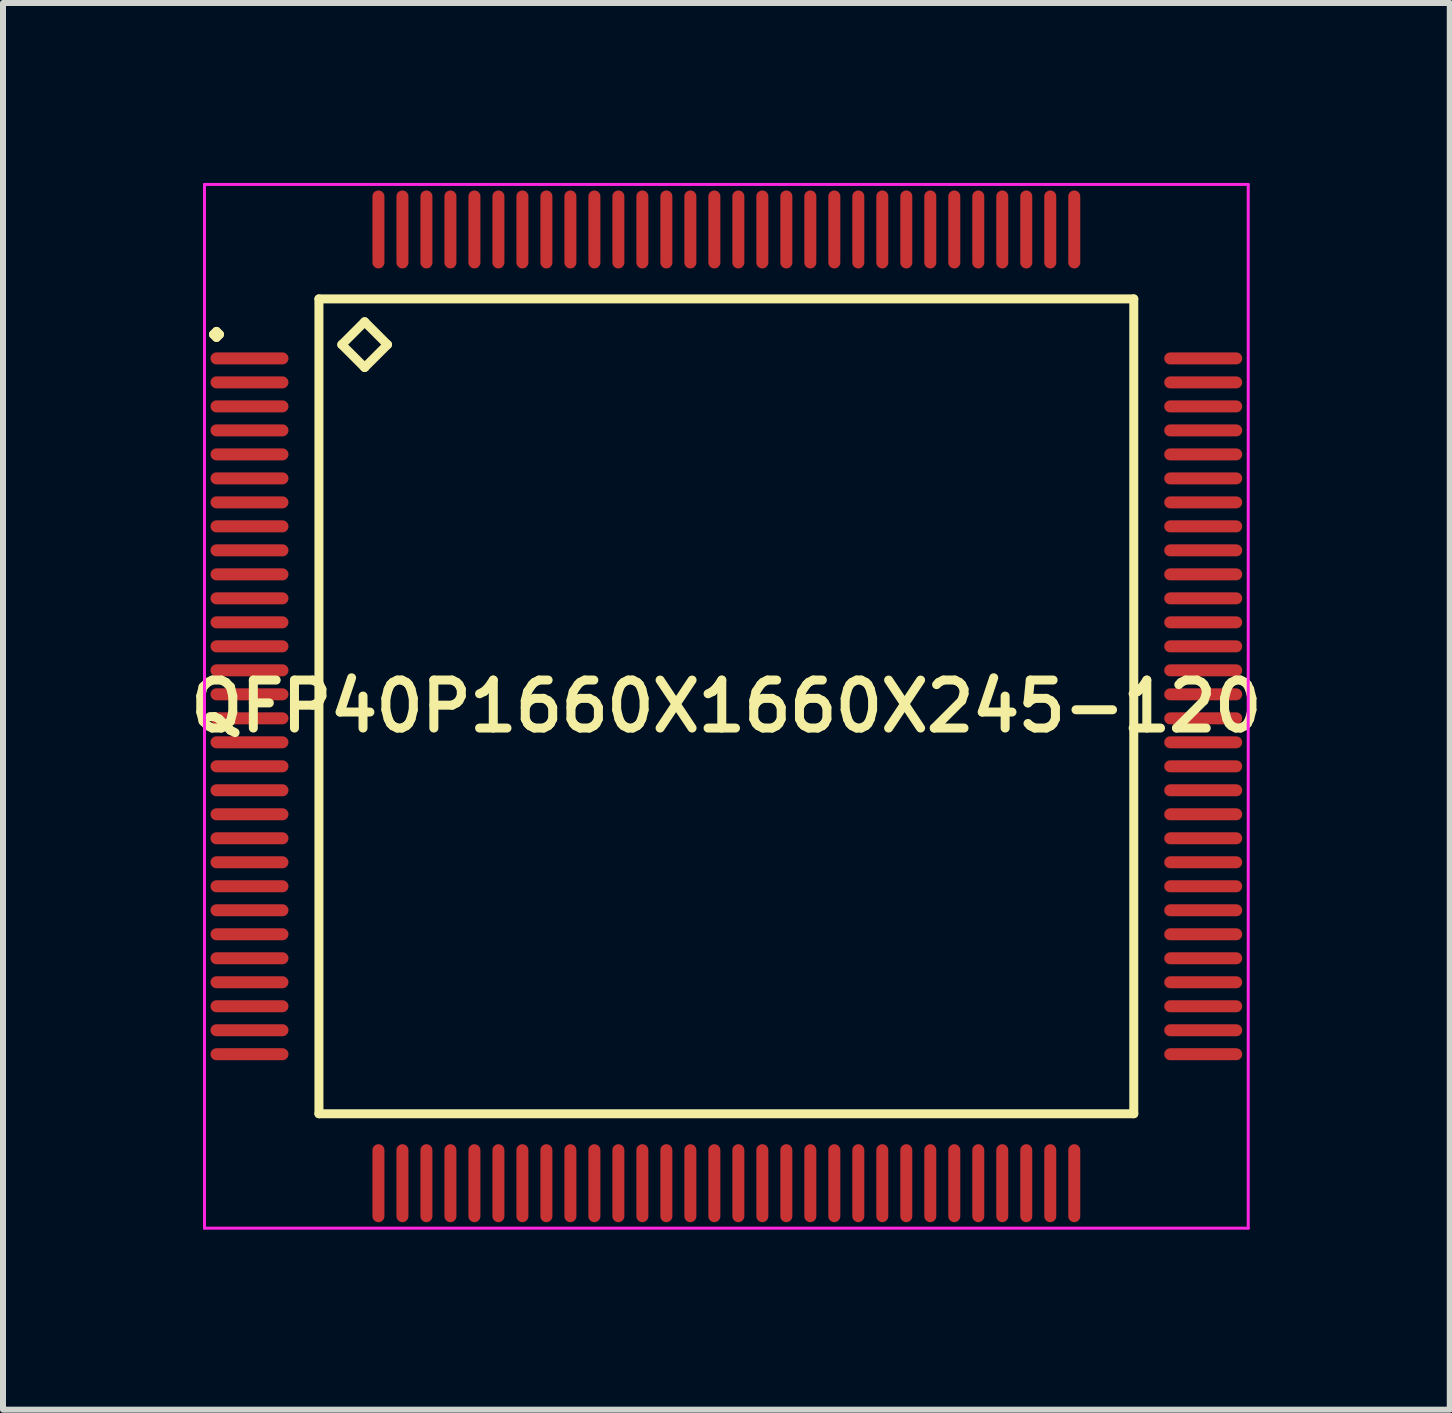
<source format=kicad_pcb>
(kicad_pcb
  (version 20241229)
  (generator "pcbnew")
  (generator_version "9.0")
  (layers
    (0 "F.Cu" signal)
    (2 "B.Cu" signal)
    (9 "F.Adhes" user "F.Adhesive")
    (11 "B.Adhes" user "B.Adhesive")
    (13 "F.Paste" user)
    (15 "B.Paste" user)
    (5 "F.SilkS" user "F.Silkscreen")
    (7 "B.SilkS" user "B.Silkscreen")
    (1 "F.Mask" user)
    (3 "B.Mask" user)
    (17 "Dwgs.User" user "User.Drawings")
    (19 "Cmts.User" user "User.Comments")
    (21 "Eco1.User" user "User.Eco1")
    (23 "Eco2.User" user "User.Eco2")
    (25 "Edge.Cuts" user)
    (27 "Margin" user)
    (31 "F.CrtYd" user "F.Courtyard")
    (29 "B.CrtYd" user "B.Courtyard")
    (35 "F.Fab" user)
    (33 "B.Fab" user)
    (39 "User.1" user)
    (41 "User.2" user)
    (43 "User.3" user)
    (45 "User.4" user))
  (footprint "QFP40P1660X1660X245-120"
    (layer "F.Cu")
    (at 9.059 8.725)
    (property "Reference" "QFP40P1660X1660X245-120" (at 0 0 0) (layer "F.SilkS") (effects (font (size 0.8 0.8) (thickness 0.15))))
    (attr smd)
    (fp_line (start -8.55 -6.2) (end -8.5 -6.25) (stroke (width 0.15) (type solid)) (layer "F.SilkS"))
    (fp_line (start -8.5 -6.25) (end -8.45 -6.2) (stroke (width 0.15) (type solid)) (layer "F.SilkS"))
    (fp_line (start -8.5 -6.15) (end -8.55 -6.2) (stroke (width 0.15) (type solid)) (layer "F.SilkS"))
    (fp_line (start -8.45 -6.2) (end -8.5 -6.15) (stroke (width 0.15) (type solid)) (layer "F.SilkS"))
    (fp_line (start -6.792 -6.792) (end -6.792 6.792) (stroke (width 0.15) (type solid)) (layer "F.SilkS"))
    (fp_line (start -6.792 6.792) (end 6.792 6.792) (stroke (width 0.15) (type solid)) (layer "F.SilkS"))
    (fp_line (start -6.411 -6.03) (end -6.03 -6.411) (stroke (width 0.15) (type solid)) (layer "F.SilkS"))
    (fp_line (start -6.03 -6.411) (end -5.649 -6.03) (stroke (width 0.15) (type solid)) (layer "F.SilkS"))
    (fp_line (start -6.03 -5.649) (end -6.411 -6.03) (stroke (width 0.15) (type solid)) (layer "F.SilkS"))
    (fp_line (start -5.649 -6.03) (end -6.03 -5.649) (stroke (width 0.15) (type solid)) (layer "F.SilkS"))
    (fp_line (start 6.792 -6.792) (end -6.792 -6.792) (stroke (width 0.15) (type solid)) (layer "F.SilkS"))
    (fp_line (start 6.792 6.792) (end 6.792 -6.792) (stroke (width 0.15) (type solid)) (layer "F.SilkS"))
    (fp_line (start -8.7 -8.7) (end 8.7 -8.7) (stroke (width 0.05) (type solid)) (layer "F.CrtYd"))
    (fp_line (start -8.7 8.7) (end -8.7 -8.7) (stroke (width 0.05) (type solid)) (layer "F.CrtYd"))
    (fp_line (start 8.7 -8.7) (end 8.7 8.7) (stroke (width 0.05) (type solid)) (layer "F.CrtYd"))
    (fp_line (start 8.7 8.7) (end -8.7 8.7) (stroke (width 0.05) (type solid)) (layer "F.CrtYd"))
    (pad "1" smd oval (at -7.95 -5.8) (size 1.3 0.2) (layers "F.Cu" "F.Mask" "F.Paste"))
    (pad "2" smd oval (at -7.95 -5.4) (size 1.3 0.2) (layers "F.Cu" "F.Mask" "F.Paste"))
    (pad "3" smd oval (at -7.95 -5) (size 1.3 0.2) (layers "F.Cu" "F.Mask" "F.Paste"))
    (pad "4" smd oval (at -7.95 -4.6) (size 1.3 0.2) (layers "F.Cu" "F.Mask" "F.Paste"))
    (pad "5" smd oval (at -7.95 -4.2) (size 1.3 0.2) (layers "F.Cu" "F.Mask" "F.Paste"))
    (pad "6" smd oval (at -7.95 -3.8) (size 1.3 0.2) (layers "F.Cu" "F.Mask" "F.Paste"))
    (pad "7" smd oval (at -7.95 -3.4) (size 1.3 0.2) (layers "F.Cu" "F.Mask" "F.Paste"))
    (pad "8" smd oval (at -7.95 -3) (size 1.3 0.2) (layers "F.Cu" "F.Mask" "F.Paste"))
    (pad "9" smd oval (at -7.95 -2.6) (size 1.3 0.2) (layers "F.Cu" "F.Mask" "F.Paste"))
    (pad "10" smd oval (at -7.95 -2.2) (size 1.3 0.2) (layers "F.Cu" "F.Mask" "F.Paste"))
    (pad "11" smd oval (at -7.95 -1.8) (size 1.3 0.2) (layers "F.Cu" "F.Mask" "F.Paste"))
    (pad "12" smd oval (at -7.95 -1.4) (size 1.3 0.2) (layers "F.Cu" "F.Mask" "F.Paste"))
    (pad "13" smd oval (at -7.95 -1) (size 1.3 0.2) (layers "F.Cu" "F.Mask" "F.Paste"))
    (pad "14" smd oval (at -7.95 -0.6) (size 1.3 0.2) (layers "F.Cu" "F.Mask" "F.Paste"))
    (pad "15" smd oval (at -7.95 -0.2) (size 1.3 0.2) (layers "F.Cu" "F.Mask" "F.Paste"))
    (pad "16" smd oval (at -7.95 0.2) (size 1.3 0.2) (layers "F.Cu" "F.Mask" "F.Paste"))
    (pad "17" smd oval (at -7.95 0.6) (size 1.3 0.2) (layers "F.Cu" "F.Mask" "F.Paste"))
    (pad "18" smd oval (at -7.95 1) (size 1.3 0.2) (layers "F.Cu" "F.Mask" "F.Paste"))
    (pad "19" smd oval (at -7.95 1.4) (size 1.3 0.2) (layers "F.Cu" "F.Mask" "F.Paste"))
    (pad "20" smd oval (at -7.95 1.8) (size 1.3 0.2) (layers "F.Cu" "F.Mask" "F.Paste"))
    (pad "21" smd oval (at -7.95 2.2) (size 1.3 0.2) (layers "F.Cu" "F.Mask" "F.Paste"))
    (pad "22" smd oval (at -7.95 2.6) (size 1.3 0.2) (layers "F.Cu" "F.Mask" "F.Paste"))
    (pad "23" smd oval (at -7.95 3) (size 1.3 0.2) (layers "F.Cu" "F.Mask" "F.Paste"))
    (pad "24" smd oval (at -7.95 3.4) (size 1.3 0.2) (layers "F.Cu" "F.Mask" "F.Paste"))
    (pad "25" smd oval (at -7.95 3.8) (size 1.3 0.2) (layers "F.Cu" "F.Mask" "F.Paste"))
    (pad "26" smd oval (at -7.95 4.2) (size 1.3 0.2) (layers "F.Cu" "F.Mask" "F.Paste"))
    (pad "27" smd oval (at -7.95 4.6) (size 1.3 0.2) (layers "F.Cu" "F.Mask" "F.Paste"))
    (pad "28" smd oval (at -7.95 5) (size 1.3 0.2) (layers "F.Cu" "F.Mask" "F.Paste"))
    (pad "29" smd oval (at -7.95 5.4) (size 1.3 0.2) (layers "F.Cu" "F.Mask" "F.Paste"))
    (pad "30" smd oval (at -7.95 5.8) (size 1.3 0.2) (layers "F.Cu" "F.Mask" "F.Paste"))
    (pad "31" smd oval (at -5.8 7.95) (size 0.2 1.3) (layers "F.Cu" "F.Mask" "F.Paste"))
    (pad "32" smd oval (at -5.4 7.95) (size 0.2 1.3) (layers "F.Cu" "F.Mask" "F.Paste"))
    (pad "33" smd oval (at -5 7.95) (size 0.2 1.3) (layers "F.Cu" "F.Mask" "F.Paste"))
    (pad "34" smd oval (at -4.6 7.95) (size 0.2 1.3) (layers "F.Cu" "F.Mask" "F.Paste"))
    (pad "35" smd oval (at -4.2 7.95) (size 0.2 1.3) (layers "F.Cu" "F.Mask" "F.Paste"))
    (pad "36" smd oval (at -3.8 7.95) (size 0.2 1.3) (layers "F.Cu" "F.Mask" "F.Paste"))
    (pad "37" smd oval (at -3.4 7.95) (size 0.2 1.3) (layers "F.Cu" "F.Mask" "F.Paste"))
    (pad "38" smd oval (at -3 7.95) (size 0.2 1.3) (layers "F.Cu" "F.Mask" "F.Paste"))
    (pad "39" smd oval (at -2.6 7.95) (size 0.2 1.3) (layers "F.Cu" "F.Mask" "F.Paste"))
    (pad "40" smd oval (at -2.2 7.95) (size 0.2 1.3) (layers "F.Cu" "F.Mask" "F.Paste"))
    (pad "41" smd oval (at -1.8 7.95) (size 0.2 1.3) (layers "F.Cu" "F.Mask" "F.Paste"))
    (pad "42" smd oval (at -1.4 7.95) (size 0.2 1.3) (layers "F.Cu" "F.Mask" "F.Paste"))
    (pad "43" smd oval (at -1 7.95) (size 0.2 1.3) (layers "F.Cu" "F.Mask" "F.Paste"))
    (pad "44" smd oval (at -0.6 7.95) (size 0.2 1.3) (layers "F.Cu" "F.Mask" "F.Paste"))
    (pad "45" smd oval (at -0.2 7.95) (size 0.2 1.3) (layers "F.Cu" "F.Mask" "F.Paste"))
    (pad "46" smd oval (at 0.2 7.95) (size 0.2 1.3) (layers "F.Cu" "F.Mask" "F.Paste"))
    (pad "47" smd oval (at 0.6 7.95) (size 0.2 1.3) (layers "F.Cu" "F.Mask" "F.Paste"))
    (pad "48" smd oval (at 1 7.95) (size 0.2 1.3) (layers "F.Cu" "F.Mask" "F.Paste"))
    (pad "49" smd oval (at 1.4 7.95) (size 0.2 1.3) (layers "F.Cu" "F.Mask" "F.Paste"))
    (pad "50" smd oval (at 1.8 7.95) (size 0.2 1.3) (layers "F.Cu" "F.Mask" "F.Paste"))
    (pad "51" smd oval (at 2.2 7.95) (size 0.2 1.3) (layers "F.Cu" "F.Mask" "F.Paste"))
    (pad "52" smd oval (at 2.6 7.95) (size 0.2 1.3) (layers "F.Cu" "F.Mask" "F.Paste"))
    (pad "53" smd oval (at 3 7.95) (size 0.2 1.3) (layers "F.Cu" "F.Mask" "F.Paste"))
    (pad "54" smd oval (at 3.4 7.95) (size 0.2 1.3) (layers "F.Cu" "F.Mask" "F.Paste"))
    (pad "55" smd oval (at 3.8 7.95) (size 0.2 1.3) (layers "F.Cu" "F.Mask" "F.Paste"))
    (pad "56" smd oval (at 4.2 7.95) (size 0.2 1.3) (layers "F.Cu" "F.Mask" "F.Paste"))
    (pad "57" smd oval (at 4.6 7.95) (size 0.2 1.3) (layers "F.Cu" "F.Mask" "F.Paste"))
    (pad "58" smd oval (at 5 7.95) (size 0.2 1.3) (layers "F.Cu" "F.Mask" "F.Paste"))
    (pad "59" smd oval (at 5.4 7.95) (size 0.2 1.3) (layers "F.Cu" "F.Mask" "F.Paste"))
    (pad "60" smd oval (at 5.8 7.95) (size 0.2 1.3) (layers "F.Cu" "F.Mask" "F.Paste"))
    (pad "61" smd oval (at 7.95 5.8) (size 1.3 0.2) (layers "F.Cu" "F.Mask" "F.Paste"))
    (pad "62" smd oval (at 7.95 5.4) (size 1.3 0.2) (layers "F.Cu" "F.Mask" "F.Paste"))
    (pad "63" smd oval (at 7.95 5) (size 1.3 0.2) (layers "F.Cu" "F.Mask" "F.Paste"))
    (pad "64" smd oval (at 7.95 4.6) (size 1.3 0.2) (layers "F.Cu" "F.Mask" "F.Paste"))
    (pad "65" smd oval (at 7.95 4.2) (size 1.3 0.2) (layers "F.Cu" "F.Mask" "F.Paste"))
    (pad "66" smd oval (at 7.95 3.8) (size 1.3 0.2) (layers "F.Cu" "F.Mask" "F.Paste"))
    (pad "67" smd oval (at 7.95 3.4) (size 1.3 0.2) (layers "F.Cu" "F.Mask" "F.Paste"))
    (pad "68" smd oval (at 7.95 3) (size 1.3 0.2) (layers "F.Cu" "F.Mask" "F.Paste"))
    (pad "69" smd oval (at 7.95 2.6) (size 1.3 0.2) (layers "F.Cu" "F.Mask" "F.Paste"))
    (pad "70" smd oval (at 7.95 2.2) (size 1.3 0.2) (layers "F.Cu" "F.Mask" "F.Paste"))
    (pad "71" smd oval (at 7.95 1.8) (size 1.3 0.2) (layers "F.Cu" "F.Mask" "F.Paste"))
    (pad "72" smd oval (at 7.95 1.4) (size 1.3 0.2) (layers "F.Cu" "F.Mask" "F.Paste"))
    (pad "73" smd oval (at 7.95 1) (size 1.3 0.2) (layers "F.Cu" "F.Mask" "F.Paste"))
    (pad "74" smd oval (at 7.95 0.6) (size 1.3 0.2) (layers "F.Cu" "F.Mask" "F.Paste"))
    (pad "75" smd oval (at 7.95 0.2) (size 1.3 0.2) (layers "F.Cu" "F.Mask" "F.Paste"))
    (pad "76" smd oval (at 7.95 -0.2) (size 1.3 0.2) (layers "F.Cu" "F.Mask" "F.Paste"))
    (pad "77" smd oval (at 7.95 -0.6) (size 1.3 0.2) (layers "F.Cu" "F.Mask" "F.Paste"))
    (pad "78" smd oval (at 7.95 -1) (size 1.3 0.2) (layers "F.Cu" "F.Mask" "F.Paste"))
    (pad "79" smd oval (at 7.95 -1.4) (size 1.3 0.2) (layers "F.Cu" "F.Mask" "F.Paste"))
    (pad "80" smd oval (at 7.95 -1.8) (size 1.3 0.2) (layers "F.Cu" "F.Mask" "F.Paste"))
    (pad "81" smd oval (at 7.95 -2.2) (size 1.3 0.2) (layers "F.Cu" "F.Mask" "F.Paste"))
    (pad "82" smd oval (at 7.95 -2.6) (size 1.3 0.2) (layers "F.Cu" "F.Mask" "F.Paste"))
    (pad "83" smd oval (at 7.95 -3) (size 1.3 0.2) (layers "F.Cu" "F.Mask" "F.Paste"))
    (pad "84" smd oval (at 7.95 -3.4) (size 1.3 0.2) (layers "F.Cu" "F.Mask" "F.Paste"))
    (pad "85" smd oval (at 7.95 -3.8) (size 1.3 0.2) (layers "F.Cu" "F.Mask" "F.Paste"))
    (pad "86" smd oval (at 7.95 -4.2) (size 1.3 0.2) (layers "F.Cu" "F.Mask" "F.Paste"))
    (pad "87" smd oval (at 7.95 -4.6) (size 1.3 0.2) (layers "F.Cu" "F.Mask" "F.Paste"))
    (pad "88" smd oval (at 7.95 -5) (size 1.3 0.2) (layers "F.Cu" "F.Mask" "F.Paste"))
    (pad "89" smd oval (at 7.95 -5.4) (size 1.3 0.2) (layers "F.Cu" "F.Mask" "F.Paste"))
    (pad "90" smd oval (at 7.95 -5.8) (size 1.3 0.2) (layers "F.Cu" "F.Mask" "F.Paste"))
    (pad "91" smd oval (at 5.8 -7.95) (size 0.2 1.3) (layers "F.Cu" "F.Mask" "F.Paste"))
    (pad "92" smd oval (at 5.4 -7.95) (size 0.2 1.3) (layers "F.Cu" "F.Mask" "F.Paste"))
    (pad "93" smd oval (at 5 -7.95) (size 0.2 1.3) (layers "F.Cu" "F.Mask" "F.Paste"))
    (pad "94" smd oval (at 4.6 -7.95) (size 0.2 1.3) (layers "F.Cu" "F.Mask" "F.Paste"))
    (pad "95" smd oval (at 4.2 -7.95) (size 0.2 1.3) (layers "F.Cu" "F.Mask" "F.Paste"))
    (pad "96" smd oval (at 3.8 -7.95) (size 0.2 1.3) (layers "F.Cu" "F.Mask" "F.Paste"))
    (pad "97" smd oval (at 3.4 -7.95) (size 0.2 1.3) (layers "F.Cu" "F.Mask" "F.Paste"))
    (pad "98" smd oval (at 3 -7.95) (size 0.2 1.3) (layers "F.Cu" "F.Mask" "F.Paste"))
    (pad "99" smd oval (at 2.6 -7.95) (size 0.2 1.3) (layers "F.Cu" "F.Mask" "F.Paste"))
    (pad "100" smd oval (at 2.2 -7.95) (size 0.2 1.3) (layers "F.Cu" "F.Mask" "F.Paste"))
    (pad "101" smd oval (at 1.8 -7.95) (size 0.2 1.3) (layers "F.Cu" "F.Mask" "F.Paste"))
    (pad "102" smd oval (at 1.4 -7.95) (size 0.2 1.3) (layers "F.Cu" "F.Mask" "F.Paste"))
    (pad "103" smd oval (at 1 -7.95) (size 0.2 1.3) (layers "F.Cu" "F.Mask" "F.Paste"))
    (pad "104" smd oval (at 0.6 -7.95) (size 0.2 1.3) (layers "F.Cu" "F.Mask" "F.Paste"))
    (pad "105" smd oval (at 0.2 -7.95) (size 0.2 1.3) (layers "F.Cu" "F.Mask" "F.Paste"))
    (pad "106" smd oval (at -0.2 -7.95) (size 0.2 1.3) (layers "F.Cu" "F.Mask" "F.Paste"))
    (pad "107" smd oval (at -0.6 -7.95) (size 0.2 1.3) (layers "F.Cu" "F.Mask" "F.Paste"))
    (pad "108" smd oval (at -1 -7.95) (size 0.2 1.3) (layers "F.Cu" "F.Mask" "F.Paste"))
    (pad "109" smd oval (at -1.4 -7.95) (size 0.2 1.3) (layers "F.Cu" "F.Mask" "F.Paste"))
    (pad "110" smd oval (at -1.8 -7.95) (size 0.2 1.3) (layers "F.Cu" "F.Mask" "F.Paste"))
    (pad "111" smd oval (at -2.2 -7.95) (size 0.2 1.3) (layers "F.Cu" "F.Mask" "F.Paste"))
    (pad "112" smd oval (at -2.6 -7.95) (size 0.2 1.3) (layers "F.Cu" "F.Mask" "F.Paste"))
    (pad "113" smd oval (at -3 -7.95) (size 0.2 1.3) (layers "F.Cu" "F.Mask" "F.Paste"))
    (pad "114" smd oval (at -3.4 -7.95) (size 0.2 1.3) (layers "F.Cu" "F.Mask" "F.Paste"))
    (pad "115" smd oval (at -3.8 -7.95) (size 0.2 1.3) (layers "F.Cu" "F.Mask" "F.Paste"))
    (pad "116" smd oval (at -4.2 -7.95) (size 0.2 1.3) (layers "F.Cu" "F.Mask" "F.Paste"))
    (pad "117" smd oval (at -4.6 -7.95) (size 0.2 1.3) (layers "F.Cu" "F.Mask" "F.Paste"))
    (pad "118" smd oval (at -5 -7.95) (size 0.2 1.3) (layers "F.Cu" "F.Mask" "F.Paste"))
    (pad "119" smd oval (at -5.4 -7.95) (size 0.2 1.3) (layers "F.Cu" "F.Mask" "F.Paste"))
    (pad "120" smd oval (at -5.8 -7.95) (size 0.2 1.3) (layers "F.Cu" "F.Mask" "F.Paste")))
  (gr_rect
    (start -3 -3)
    (end 21.119 20.45)
    (stroke (width 0.1) (type default))
    (fill no)
    (layer "Edge.Cuts")))
</source>
